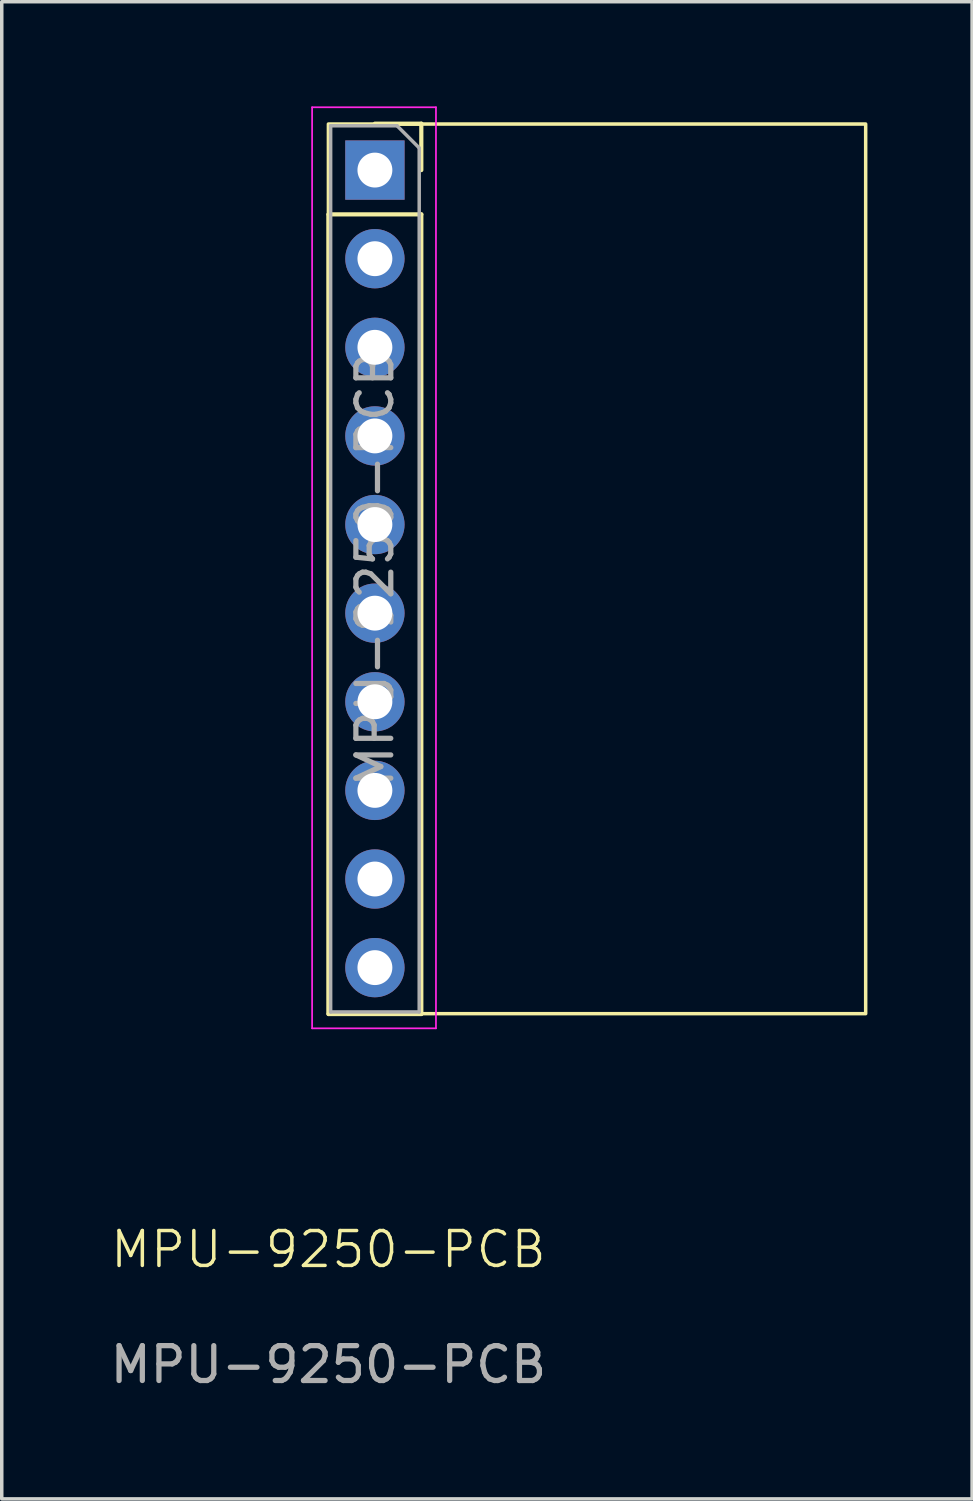
<source format=kicad_pcb>
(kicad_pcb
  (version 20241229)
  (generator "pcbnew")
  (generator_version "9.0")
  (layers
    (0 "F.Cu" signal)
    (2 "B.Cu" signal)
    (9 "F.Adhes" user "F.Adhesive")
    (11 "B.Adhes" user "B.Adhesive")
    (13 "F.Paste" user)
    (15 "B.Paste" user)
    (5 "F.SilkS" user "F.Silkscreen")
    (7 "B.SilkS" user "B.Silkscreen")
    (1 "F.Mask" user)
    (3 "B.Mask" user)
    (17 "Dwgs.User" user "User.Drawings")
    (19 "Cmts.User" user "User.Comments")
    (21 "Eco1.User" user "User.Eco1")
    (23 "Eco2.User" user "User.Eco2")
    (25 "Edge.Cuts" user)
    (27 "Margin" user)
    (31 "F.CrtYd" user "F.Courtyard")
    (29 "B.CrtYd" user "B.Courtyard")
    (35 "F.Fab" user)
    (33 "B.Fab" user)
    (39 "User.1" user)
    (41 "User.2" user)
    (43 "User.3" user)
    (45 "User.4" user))
  (footprint "MPU-9250-PCB"
    (layer "F.Cu")
    (at 6.363 0.505)
    (property "Reference" "MPU-9250-PCB" (at 0 32.258 0) (unlocked yes) (layer "F.SilkS") (effects (font (size 1 1) (thickness 0.1))))
    (attr through_hole)
    (fp_line (start 0.004 2.59) (end 0.004 25.51) (stroke (width 0.12) (type solid)) (layer "F.SilkS"))
    (fp_line (start 0.004 2.59) (end 2.663 2.59) (stroke (width 0.12) (type solid)) (layer "F.SilkS"))
    (fp_line (start 0.004 25.51) (end 2.663 25.51) (stroke (width 0.12) (type solid)) (layer "F.SilkS"))
    (fp_line (start 1.333 -0.01) (end 2.663 -0.01) (stroke (width 0.12) (type solid)) (layer "F.SilkS"))
    (fp_line (start 2.663 -0.01) (end 2.663 1.32) (stroke (width 0.12) (type solid)) (layer "F.SilkS"))
    (fp_line (start 2.663 2.59) (end 2.663 25.51) (stroke (width 0.12) (type solid)) (layer "F.SilkS"))
    (fp_rect (start 0 0) (end 15.4 25.5) (stroke (width 0.1) (type default)) (fill no) (layer "F.SilkS"))
    (fp_line (start -0.467 -0.48) (end 3.083 -0.48) (stroke (width 0.05) (type solid)) (layer "F.CrtYd"))
    (fp_line (start -0.467 25.92) (end -0.467 -0.48) (stroke (width 0.05) (type solid)) (layer "F.CrtYd"))
    (fp_line (start 3.083 -0.48) (end 3.083 25.92) (stroke (width 0.05) (type solid)) (layer "F.CrtYd"))
    (fp_line (start 3.083 25.92) (end -0.467 25.92) (stroke (width 0.05) (type solid)) (layer "F.CrtYd"))
    (fp_line (start 0.064 0.05) (end 1.968 0.05) (stroke (width 0.1) (type solid)) (layer "F.Fab"))
    (fp_line (start 0.064 25.45) (end 0.064 0.05) (stroke (width 0.1) (type solid)) (layer "F.Fab"))
    (fp_line (start 1.968 0.05) (end 2.603 0.685) (stroke (width 0.1) (type solid)) (layer "F.Fab"))
    (fp_line (start 2.603 0.685) (end 2.603 25.45) (stroke (width 0.1) (type solid)) (layer "F.Fab"))
    (fp_line (start 2.603 25.45) (end 0.064 25.45) (stroke (width 0.1) (type solid)) (layer "F.Fab"))
    (fp_text user "${REFERENCE}" (at 0 35.56 0) (unlocked yes) (layer "F.Fab") (effects (font (size 1 1) (thickness 0.15))))
    (fp_text user "${REFERENCE}" (at 1.333 12.75 90) (layer "F.Fab") (effects (font (size 1 1) (thickness 0.15))))
    (pad "1" thru_hole rect (at 1.333 1.32) (size 1.7 1.7) (drill 1) (layers "*.Cu" "*.Mask"))
    (pad "2" thru_hole oval (at 1.333 3.86) (size 1.7 1.7) (drill 1) (layers "*.Cu" "*.Mask"))
    (pad "3" thru_hole oval (at 1.333 6.4) (size 1.7 1.7) (drill 1) (layers "*.Cu" "*.Mask"))
    (pad "4" thru_hole oval (at 1.333 8.94) (size 1.7 1.7) (drill 1) (layers "*.Cu" "*.Mask"))
    (pad "5" thru_hole oval (at 1.333 11.48) (size 1.7 1.7) (drill 1) (layers "*.Cu" "*.Mask"))
    (pad "6" thru_hole oval (at 1.333 14.02) (size 1.7 1.7) (drill 1) (layers "*.Cu" "*.Mask"))
    (pad "7" thru_hole oval (at 1.333 16.56) (size 1.7 1.7) (drill 1) (layers "*.Cu" "*.Mask"))
    (pad "8" thru_hole oval (at 1.333 19.1) (size 1.7 1.7) (drill 1) (layers "*.Cu" "*.Mask"))
    (pad "9" thru_hole oval (at 1.333 21.64) (size 1.7 1.7) (drill 1) (layers "*.Cu" "*.Mask"))
    (pad "10" thru_hole oval (at 1.333 24.18) (size 1.7 1.7) (drill 1) (layers "*.Cu" "*.Mask")))
  (gr_rect
    (start -3 -3)
    (end 24.813 39.913)
    (stroke (width 0.1) (type default))
    (fill no)
    (layer "Edge.Cuts")))
</source>
